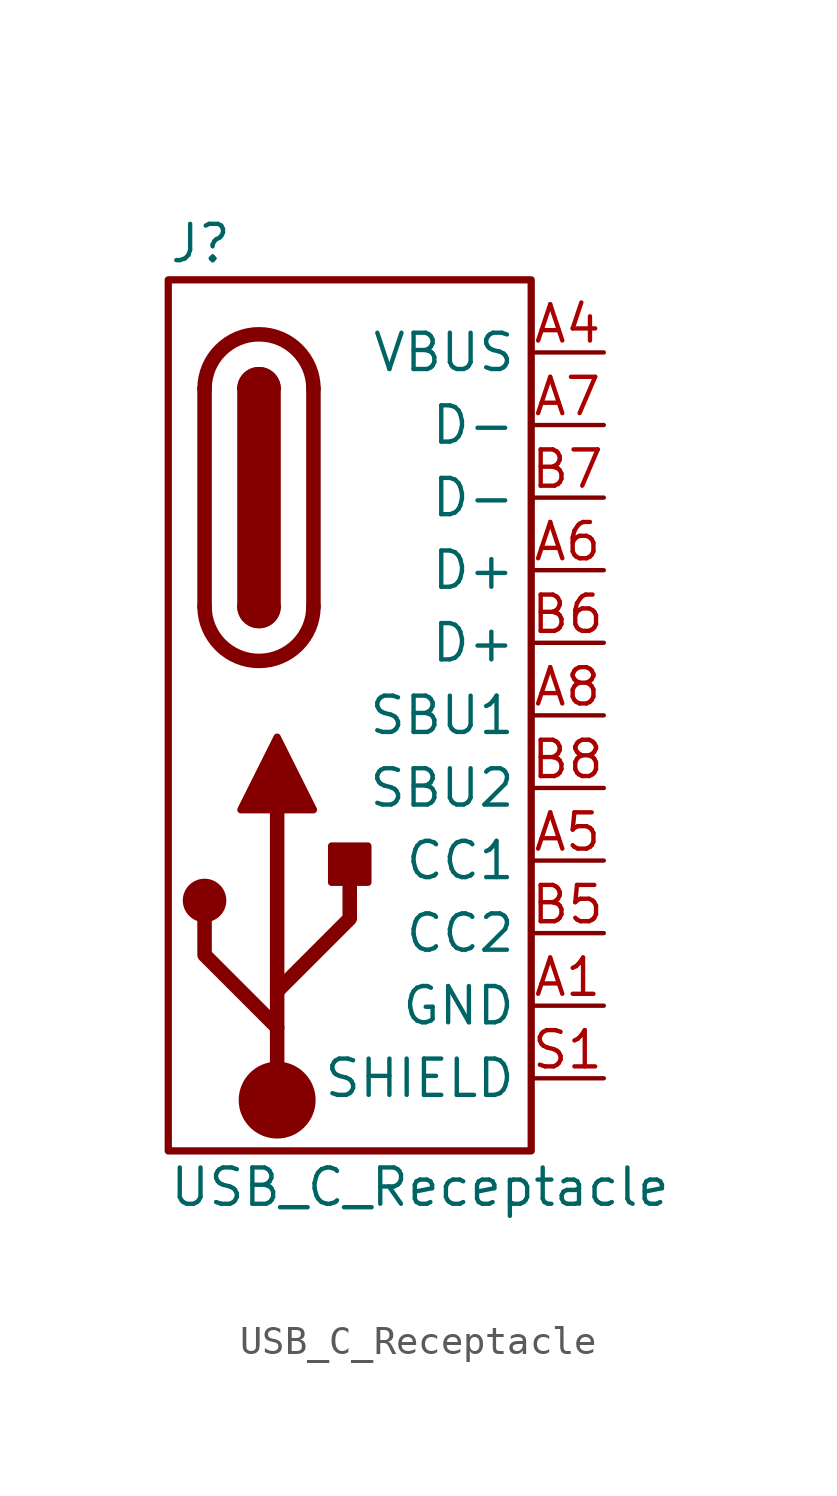
<source format=kicad_sym>
(kicad_symbol_lib
  (version 20231120)
  (generator "kicad_symbol_editor")
  (generator_version "8.0")
  (symbol "USB_C_Receptacle"
    (property "Reference" "J"
      (at -5.08 16.51 0)
      (effects (font (size 1.27 1.27)) (justify left)))
    (property "Value" "USB_C_Receptacle"
      (at -5.08 -16.51 0)
      (effects (font (size 1.27 1.27)) (justify left)))
    (symbol "USB_C_Receptacle_0_1"
      (rectangle (start -5.08 15.24) (end 7.62 -15.24) (stroke (width 0.254) (type default)) (fill (type none)))
      (arc (start -3.81 3.81) (mid -1.905 1.9133) (end 0 3.81) (stroke (width 0.508) (type default)) (fill (type none)))
      (arc (start -2.54 3.81) (mid -1.905 3.1777) (end -1.27 3.81) (stroke (width 0.254) (type default)) (fill (type none)))
      (arc (start -2.54 3.81) (mid -1.905 3.1777) (end -1.27 3.81) (stroke (width 0.254) (type default)) (fill (type outline)))
      (rectangle (start -2.54 3.81) (end -1.27 11.43) (stroke (width 0.254) (type default)) (fill (type outline)))
      (arc (start -1.27 11.43) (mid -1.905 12.0622) (end -2.54 11.43) (stroke (width 0.254) (type default)) (fill (type none)))
      (arc (start -1.27 11.43) (mid -1.905 12.0622) (end -2.54 11.43) (stroke (width 0.254) (type default)) (fill (type outline)))
      (polyline (pts (xy -3.81 3.81) (xy -3.81 11.43)) (stroke (width 0.508) (type default)) (fill (type none)))
      (polyline (pts (xy 0 11.43) (xy 0 3.81)) (stroke (width 0.508) (type default)) (fill (type none)))
      (arc (start 0 11.43) (mid -1.905 13.3266) (end -3.81 11.43) (stroke (width 0.508) (type default)) (fill (type none))))
    (symbol "USB_C_Receptacle_1_1"
      (circle (center -3.81 -6.477) (radius 0.635) (stroke (width 0.254) (type default)) (fill (type outline)))
      (circle (center -1.27 -13.462) (radius 1.27) (stroke (width 0) (type default)) (fill (type outline)))
      (polyline (pts (xy -1.27 -13.462) (xy -1.27 -3.302)) (stroke (width 0.508) (type default)) (fill (type none)))
      (polyline (pts (xy -1.27 -10.922) (xy -3.81 -8.382) (xy -3.81 -7.112)) (stroke (width 0.508) (type default)) (fill (type none)))
      (polyline (pts (xy -1.27 -9.652) (xy 1.27 -7.112) (xy 1.27 -5.842)) (stroke (width 0.508) (type default)) (fill (type none)))
      (polyline (pts (xy -2.54 -3.302) (xy -1.27 -0.762) (xy 0 -3.302) (xy -2.54 -3.302)) (stroke (width 0.254) (type default)) (fill (type outline)))
      (rectangle (start 0.635 -5.842) (end 1.905 -4.572) (stroke (width 0.254) (type default)) (fill (type outline)))
      (pin passive line (at 10.16 -10.16 180) (length 2.54) (name "GND" (effects (font (size 1.27 1.27)))) (number "A1" (effects (font (size 1.27 1.27)))))
      (pin passive line (at 10.16 -10.16 180) (length 2.54) hide (name "GND" (effects (font (size 1.27 1.27)))) (number "A12" (effects (font (size 1.27 1.27)))))
      (pin passive line (at 10.16 12.7 180) (length 2.54) (name "VBUS" (effects (font (size 1.27 1.27)))) (number "A4" (effects (font (size 1.27 1.27)))))
      (pin bidirectional line (at 10.16 -5.08 180) (length 2.54) (name "CC1" (effects (font (size 1.27 1.27)))) (number "A5" (effects (font (size 1.27 1.27)))))
      (pin bidirectional line (at 10.16 5.08 180) (length 2.54) (name "D+" (effects (font (size 1.27 1.27)))) (number "A6" (effects (font (size 1.27 1.27)))))
      (pin bidirectional line (at 10.16 10.16 180) (length 2.54) (name "D-" (effects (font (size 1.27 1.27)))) (number "A7" (effects (font (size 1.27 1.27)))))
      (pin bidirectional line (at 10.16 0 180) (length 2.54) (name "SBU1" (effects (font (size 1.27 1.27)))) (number "A8" (effects (font (size 1.27 1.27)))))
      (pin passive line (at 10.16 12.7 180) (length 2.54) hide (name "VBUS" (effects (font (size 1.27 1.27)))) (number "A9" (effects (font (size 1.27 1.27)))))
      (pin passive line (at 10.16 -10.16 180) (length 2.54) hide (name "GND" (effects (font (size 1.27 1.27)))) (number "B1" (effects (font (size 1.27 1.27)))))
      (pin passive line (at 10.16 -10.16 180) (length 2.54) hide (name "GND" (effects (font (size 1.27 1.27)))) (number "B12" (effects (font (size 1.27 1.27)))))
      (pin passive line (at 10.16 12.7 180) (length 2.54) hide (name "VBUS" (effects (font (size 1.27 1.27)))) (number "B4" (effects (font (size 1.27 1.27)))))
      (pin bidirectional line (at 10.16 -7.62 180) (length 2.54) (name "CC2" (effects (font (size 1.27 1.27)))) (number "B5" (effects (font (size 1.27 1.27)))))
      (pin bidirectional line (at 10.16 2.54 180) (length 2.54) (name "D+" (effects (font (size 1.27 1.27)))) (number "B6" (effects (font (size 1.27 1.27)))))
      (pin bidirectional line (at 10.16 7.62 180) (length 2.54) (name "D-" (effects (font (size 1.27 1.27)))) (number "B7" (effects (font (size 1.27 1.27)))))
      (pin bidirectional line (at 10.16 -2.54 180) (length 2.54) (name "SBU2" (effects (font (size 1.27 1.27)))) (number "B8" (effects (font (size 1.27 1.27)))))
      (pin passive line (at 10.16 12.7 180) (length 2.54) hide (name "VBUS" (effects (font (size 1.27 1.27)))) (number "B9" (effects (font (size 1.27 1.27)))))
      (pin passive line (at 10.16 -12.7 180) (length 2.54) (name "SHIELD" (effects (font (size 1.27 1.27)))) (number "S1" (effects (font (size 1.27 1.27))))))))
</source>
